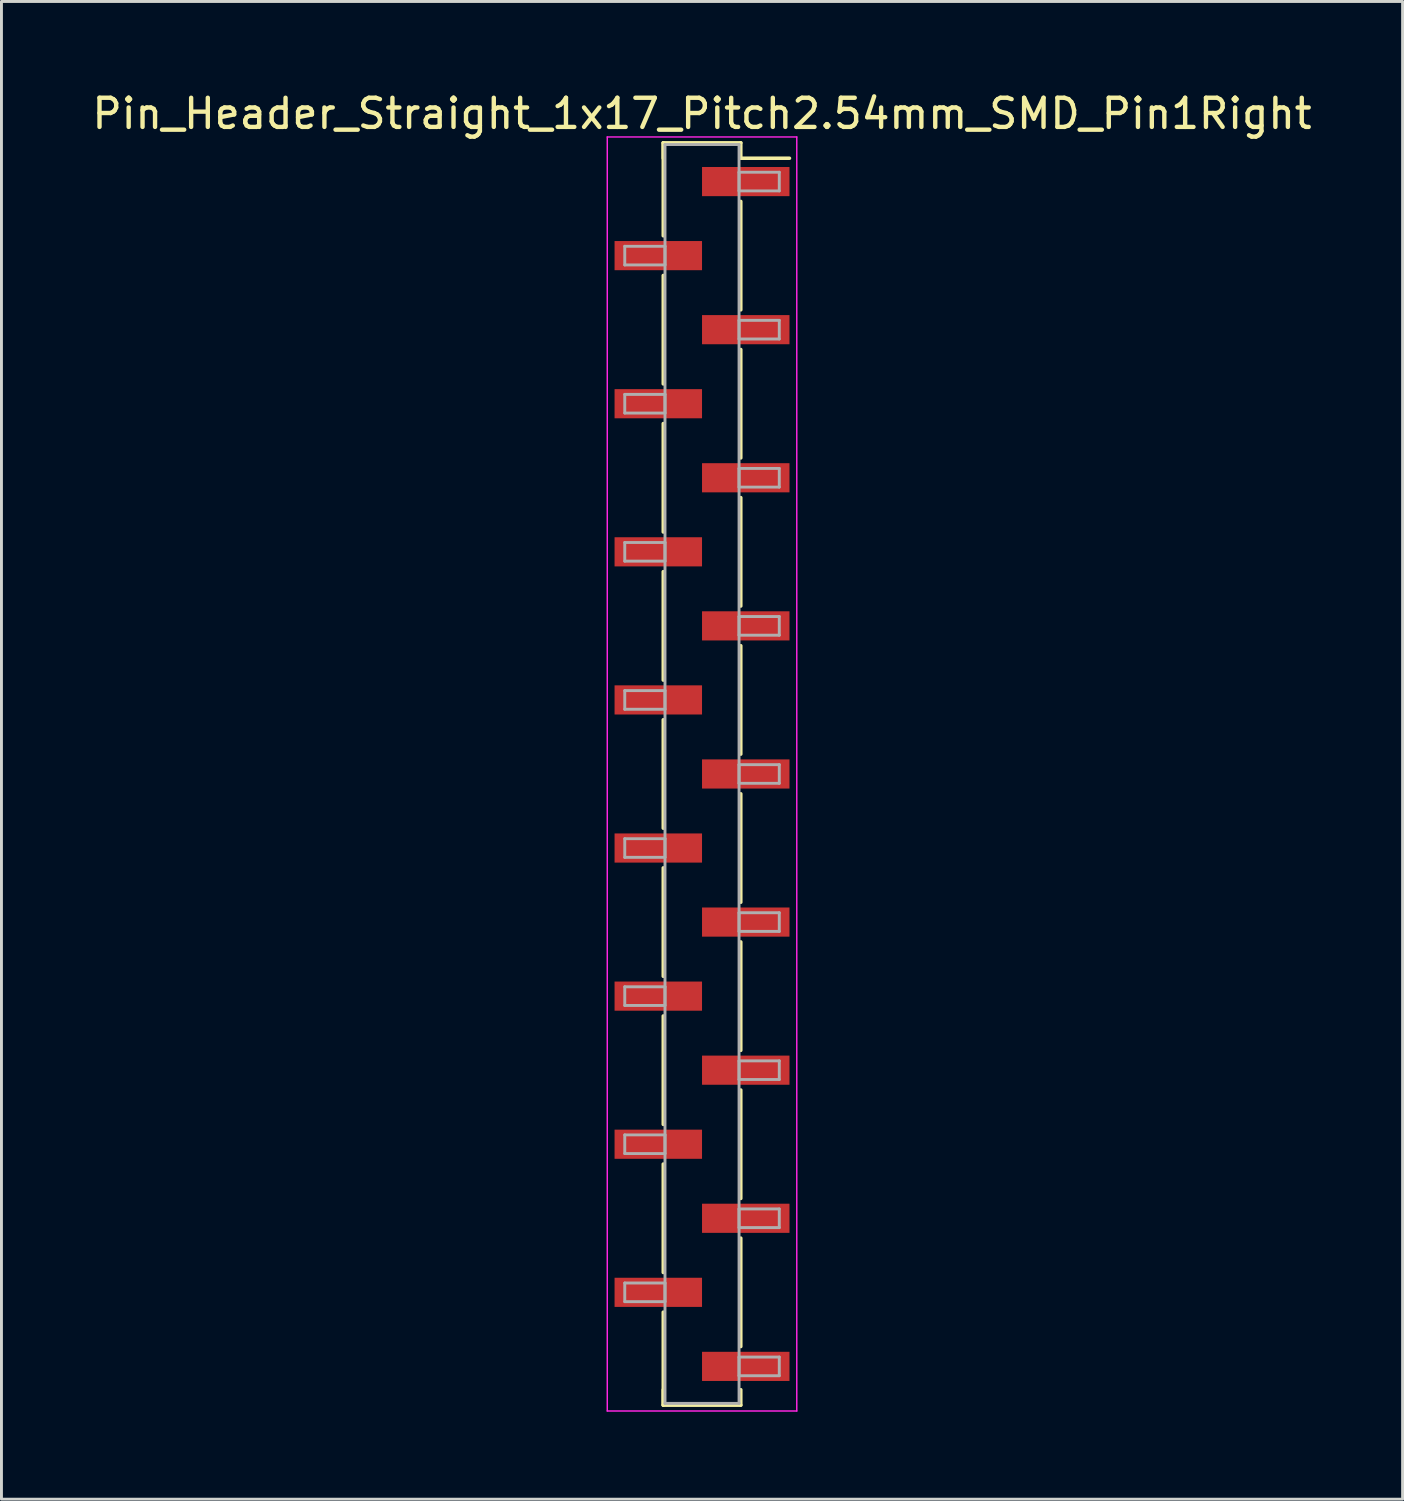
<source format=kicad_pcb>
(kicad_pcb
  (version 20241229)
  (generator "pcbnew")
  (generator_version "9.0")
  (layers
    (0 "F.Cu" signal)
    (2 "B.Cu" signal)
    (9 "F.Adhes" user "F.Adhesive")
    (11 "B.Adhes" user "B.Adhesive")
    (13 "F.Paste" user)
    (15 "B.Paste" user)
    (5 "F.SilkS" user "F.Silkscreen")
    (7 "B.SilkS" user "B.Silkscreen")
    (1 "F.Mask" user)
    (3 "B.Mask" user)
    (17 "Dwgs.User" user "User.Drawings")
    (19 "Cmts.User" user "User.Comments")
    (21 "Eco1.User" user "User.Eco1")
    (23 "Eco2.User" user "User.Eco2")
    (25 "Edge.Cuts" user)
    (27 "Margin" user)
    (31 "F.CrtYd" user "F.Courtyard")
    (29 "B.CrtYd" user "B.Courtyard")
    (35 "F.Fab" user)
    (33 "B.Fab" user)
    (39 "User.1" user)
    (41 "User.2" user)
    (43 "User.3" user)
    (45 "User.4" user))
  (footprint "Pin_Header_Straight_1x17_Pitch2.54mm_SMD_Pin1Right"
    (layer "F.Cu")
    (at 21.03 23.498)
    (property "Reference" "Pin_Header_Straight_1x17_Pitch2.54mm_SMD_Pin1Right" (at 0 -22.65 0) (layer "F.SilkS") (effects (font (size 1 1) (thickness 0.15))))
    (attr smd)
    (fp_line (start -1.33 -21.65) (end -1.33 -18.46) (stroke (width 0.12) (type solid)) (layer "F.SilkS"))
    (fp_line (start -1.33 -21.65) (end 1.33 -21.65) (stroke (width 0.12) (type solid)) (layer "F.SilkS"))
    (fp_line (start -1.33 -21.12) (end -1.33 -21.65) (stroke (width 0.12) (type solid)) (layer "F.SilkS"))
    (fp_line (start -1.33 -17.1) (end -1.33 -13.38) (stroke (width 0.12) (type solid)) (layer "F.SilkS"))
    (fp_line (start -1.33 -12.02) (end -1.33 -8.3) (stroke (width 0.12) (type solid)) (layer "F.SilkS"))
    (fp_line (start -1.33 -6.94) (end -1.33 -3.22) (stroke (width 0.12) (type solid)) (layer "F.SilkS"))
    (fp_line (start -1.33 -1.86) (end -1.33 1.86) (stroke (width 0.12) (type solid)) (layer "F.SilkS"))
    (fp_line (start -1.33 3.22) (end -1.33 6.94) (stroke (width 0.12) (type solid)) (layer "F.SilkS"))
    (fp_line (start -1.33 8.3) (end -1.33 12.02) (stroke (width 0.12) (type solid)) (layer "F.SilkS"))
    (fp_line (start -1.33 13.38) (end -1.33 17.1) (stroke (width 0.12) (type solid)) (layer "F.SilkS"))
    (fp_line (start -1.33 18.46) (end -1.33 21.65) (stroke (width 0.12) (type solid)) (layer "F.SilkS"))
    (fp_line (start -1.33 21.12) (end -1.33 21.65) (stroke (width 0.12) (type solid)) (layer "F.SilkS"))
    (fp_line (start -1.33 21.65) (end 1.33 21.65) (stroke (width 0.12) (type solid)) (layer "F.SilkS"))
    (fp_line (start 1.33 -21.65) (end 1.33 -21.12) (stroke (width 0.12) (type solid)) (layer "F.SilkS"))
    (fp_line (start 1.33 -21.12) (end 3 -21.12) (stroke (width 0.12) (type solid)) (layer "F.SilkS"))
    (fp_line (start 1.33 -19.64) (end 1.33 -15.92) (stroke (width 0.12) (type solid)) (layer "F.SilkS"))
    (fp_line (start 1.33 -14.56) (end 1.33 -10.84) (stroke (width 0.12) (type solid)) (layer "F.SilkS"))
    (fp_line (start 1.33 -9.48) (end 1.33 -5.76) (stroke (width 0.12) (type solid)) (layer "F.SilkS"))
    (fp_line (start 1.33 -4.4) (end 1.33 -0.68) (stroke (width 0.12) (type solid)) (layer "F.SilkS"))
    (fp_line (start 1.33 0.68) (end 1.33 4.4) (stroke (width 0.12) (type solid)) (layer "F.SilkS"))
    (fp_line (start 1.33 5.76) (end 1.33 9.48) (stroke (width 0.12) (type solid)) (layer "F.SilkS"))
    (fp_line (start 1.33 10.84) (end 1.33 14.56) (stroke (width 0.12) (type solid)) (layer "F.SilkS"))
    (fp_line (start 1.33 15.92) (end 1.33 19.64) (stroke (width 0.12) (type solid)) (layer "F.SilkS"))
    (fp_line (start 1.33 21.65) (end 1.33 21.12) (stroke (width 0.12) (type solid)) (layer "F.SilkS"))
    (fp_line (start -3.25 -21.85) (end -3.25 21.85) (stroke (width 0.05) (type solid)) (layer "F.CrtYd"))
    (fp_line (start -3.25 21.85) (end 3.25 21.85) (stroke (width 0.05) (type solid)) (layer "F.CrtYd"))
    (fp_line (start 3.25 -21.85) (end -3.25 -21.85) (stroke (width 0.05) (type solid)) (layer "F.CrtYd"))
    (fp_line (start 3.25 21.85) (end 3.25 -21.85) (stroke (width 0.05) (type solid)) (layer "F.CrtYd"))
    (fp_line (start -2.65 -18.1) (end -1.27 -18.1) (stroke (width 0.1) (type solid)) (layer "F.Fab"))
    (fp_line (start -2.65 -17.46) (end -2.65 -18.1) (stroke (width 0.1) (type solid)) (layer "F.Fab"))
    (fp_line (start -2.65 -13.02) (end -1.27 -13.02) (stroke (width 0.1) (type solid)) (layer "F.Fab"))
    (fp_line (start -2.65 -12.38) (end -2.65 -13.02) (stroke (width 0.1) (type solid)) (layer "F.Fab"))
    (fp_line (start -2.65 -7.94) (end -1.27 -7.94) (stroke (width 0.1) (type solid)) (layer "F.Fab"))
    (fp_line (start -2.65 -7.3) (end -2.65 -7.94) (stroke (width 0.1) (type solid)) (layer "F.Fab"))
    (fp_line (start -2.65 -2.86) (end -1.27 -2.86) (stroke (width 0.1) (type solid)) (layer "F.Fab"))
    (fp_line (start -2.65 -2.22) (end -2.65 -2.86) (stroke (width 0.1) (type solid)) (layer "F.Fab"))
    (fp_line (start -2.65 2.22) (end -1.27 2.22) (stroke (width 0.1) (type solid)) (layer "F.Fab"))
    (fp_line (start -2.65 2.86) (end -2.65 2.22) (stroke (width 0.1) (type solid)) (layer "F.Fab"))
    (fp_line (start -2.65 7.3) (end -1.27 7.3) (stroke (width 0.1) (type solid)) (layer "F.Fab"))
    (fp_line (start -2.65 7.94) (end -2.65 7.3) (stroke (width 0.1) (type solid)) (layer "F.Fab"))
    (fp_line (start -2.65 12.38) (end -1.27 12.38) (stroke (width 0.1) (type solid)) (layer "F.Fab"))
    (fp_line (start -2.65 13.02) (end -2.65 12.38) (stroke (width 0.1) (type solid)) (layer "F.Fab"))
    (fp_line (start -2.65 17.46) (end -1.27 17.46) (stroke (width 0.1) (type solid)) (layer "F.Fab"))
    (fp_line (start -2.65 18.1) (end -2.65 17.46) (stroke (width 0.1) (type solid)) (layer "F.Fab"))
    (fp_line (start -1.27 -21.59) (end -1.27 21.59) (stroke (width 0.1) (type solid)) (layer "F.Fab"))
    (fp_line (start -1.27 -18.1) (end -1.27 -17.46) (stroke (width 0.1) (type solid)) (layer "F.Fab"))
    (fp_line (start -1.27 -17.46) (end -2.65 -17.46) (stroke (width 0.1) (type solid)) (layer "F.Fab"))
    (fp_line (start -1.27 -13.02) (end -1.27 -12.38) (stroke (width 0.1) (type solid)) (layer "F.Fab"))
    (fp_line (start -1.27 -12.38) (end -2.65 -12.38) (stroke (width 0.1) (type solid)) (layer "F.Fab"))
    (fp_line (start -1.27 -7.94) (end -1.27 -7.3) (stroke (width 0.1) (type solid)) (layer "F.Fab"))
    (fp_line (start -1.27 -7.3) (end -2.65 -7.3) (stroke (width 0.1) (type solid)) (layer "F.Fab"))
    (fp_line (start -1.27 -2.86) (end -1.27 -2.22) (stroke (width 0.1) (type solid)) (layer "F.Fab"))
    (fp_line (start -1.27 -2.22) (end -2.65 -2.22) (stroke (width 0.1) (type solid)) (layer "F.Fab"))
    (fp_line (start -1.27 2.22) (end -1.27 2.86) (stroke (width 0.1) (type solid)) (layer "F.Fab"))
    (fp_line (start -1.27 2.86) (end -2.65 2.86) (stroke (width 0.1) (type solid)) (layer "F.Fab"))
    (fp_line (start -1.27 7.3) (end -1.27 7.94) (stroke (width 0.1) (type solid)) (layer "F.Fab"))
    (fp_line (start -1.27 7.94) (end -2.65 7.94) (stroke (width 0.1) (type solid)) (layer "F.Fab"))
    (fp_line (start -1.27 12.38) (end -1.27 13.02) (stroke (width 0.1) (type solid)) (layer "F.Fab"))
    (fp_line (start -1.27 13.02) (end -2.65 13.02) (stroke (width 0.1) (type solid)) (layer "F.Fab"))
    (fp_line (start -1.27 17.46) (end -1.27 18.1) (stroke (width 0.1) (type solid)) (layer "F.Fab"))
    (fp_line (start -1.27 18.1) (end -2.65 18.1) (stroke (width 0.1) (type solid)) (layer "F.Fab"))
    (fp_line (start -1.27 21.59) (end 1.27 21.59) (stroke (width 0.1) (type solid)) (layer "F.Fab"))
    (fp_line (start 1.27 -21.59) (end -1.27 -21.59) (stroke (width 0.1) (type solid)) (layer "F.Fab"))
    (fp_line (start 1.27 -20.64) (end 1.27 -20) (stroke (width 0.1) (type solid)) (layer "F.Fab"))
    (fp_line (start 1.27 -20) (end 2.65 -20) (stroke (width 0.1) (type solid)) (layer "F.Fab"))
    (fp_line (start 1.27 -15.56) (end 1.27 -14.92) (stroke (width 0.1) (type solid)) (layer "F.Fab"))
    (fp_line (start 1.27 -14.92) (end 2.65 -14.92) (stroke (width 0.1) (type solid)) (layer "F.Fab"))
    (fp_line (start 1.27 -10.48) (end 1.27 -9.84) (stroke (width 0.1) (type solid)) (layer "F.Fab"))
    (fp_line (start 1.27 -9.84) (end 2.65 -9.84) (stroke (width 0.1) (type solid)) (layer "F.Fab"))
    (fp_line (start 1.27 -5.4) (end 1.27 -4.76) (stroke (width 0.1) (type solid)) (layer "F.Fab"))
    (fp_line (start 1.27 -4.76) (end 2.65 -4.76) (stroke (width 0.1) (type solid)) (layer "F.Fab"))
    (fp_line (start 1.27 -0.32) (end 1.27 0.32) (stroke (width 0.1) (type solid)) (layer "F.Fab"))
    (fp_line (start 1.27 0.32) (end 2.65 0.32) (stroke (width 0.1) (type solid)) (layer "F.Fab"))
    (fp_line (start 1.27 4.76) (end 1.27 5.4) (stroke (width 0.1) (type solid)) (layer "F.Fab"))
    (fp_line (start 1.27 5.4) (end 2.65 5.4) (stroke (width 0.1) (type solid)) (layer "F.Fab"))
    (fp_line (start 1.27 9.84) (end 1.27 10.48) (stroke (width 0.1) (type solid)) (layer "F.Fab"))
    (fp_line (start 1.27 10.48) (end 2.65 10.48) (stroke (width 0.1) (type solid)) (layer "F.Fab"))
    (fp_line (start 1.27 14.92) (end 1.27 15.56) (stroke (width 0.1) (type solid)) (layer "F.Fab"))
    (fp_line (start 1.27 15.56) (end 2.65 15.56) (stroke (width 0.1) (type solid)) (layer "F.Fab"))
    (fp_line (start 1.27 20) (end 1.27 20.64) (stroke (width 0.1) (type solid)) (layer "F.Fab"))
    (fp_line (start 1.27 20.64) (end 2.65 20.64) (stroke (width 0.1) (type solid)) (layer "F.Fab"))
    (fp_line (start 1.27 21.59) (end 1.27 -21.59) (stroke (width 0.1) (type solid)) (layer "F.Fab"))
    (fp_line (start 2.65 -20.64) (end 1.27 -20.64) (stroke (width 0.1) (type solid)) (layer "F.Fab"))
    (fp_line (start 2.65 -20) (end 2.65 -20.64) (stroke (width 0.1) (type solid)) (layer "F.Fab"))
    (fp_line (start 2.65 -15.56) (end 1.27 -15.56) (stroke (width 0.1) (type solid)) (layer "F.Fab"))
    (fp_line (start 2.65 -14.92) (end 2.65 -15.56) (stroke (width 0.1) (type solid)) (layer "F.Fab"))
    (fp_line (start 2.65 -10.48) (end 1.27 -10.48) (stroke (width 0.1) (type solid)) (layer "F.Fab"))
    (fp_line (start 2.65 -9.84) (end 2.65 -10.48) (stroke (width 0.1) (type solid)) (layer "F.Fab"))
    (fp_line (start 2.65 -5.4) (end 1.27 -5.4) (stroke (width 0.1) (type solid)) (layer "F.Fab"))
    (fp_line (start 2.65 -4.76) (end 2.65 -5.4) (stroke (width 0.1) (type solid)) (layer "F.Fab"))
    (fp_line (start 2.65 -0.32) (end 1.27 -0.32) (stroke (width 0.1) (type solid)) (layer "F.Fab"))
    (fp_line (start 2.65 0.32) (end 2.65 -0.32) (stroke (width 0.1) (type solid)) (layer "F.Fab"))
    (fp_line (start 2.65 4.76) (end 1.27 4.76) (stroke (width 0.1) (type solid)) (layer "F.Fab"))
    (fp_line (start 2.65 5.4) (end 2.65 4.76) (stroke (width 0.1) (type solid)) (layer "F.Fab"))
    (fp_line (start 2.65 9.84) (end 1.27 9.84) (stroke (width 0.1) (type solid)) (layer "F.Fab"))
    (fp_line (start 2.65 10.48) (end 2.65 9.84) (stroke (width 0.1) (type solid)) (layer "F.Fab"))
    (fp_line (start 2.65 14.92) (end 1.27 14.92) (stroke (width 0.1) (type solid)) (layer "F.Fab"))
    (fp_line (start 2.65 15.56) (end 2.65 14.92) (stroke (width 0.1) (type solid)) (layer "F.Fab"))
    (fp_line (start 2.65 20) (end 1.27 20) (stroke (width 0.1) (type solid)) (layer "F.Fab"))
    (fp_line (start 2.65 20.64) (end 2.65 20) (stroke (width 0.1) (type solid)) (layer "F.Fab"))
    (pad "1" smd rect (at 1.5 -20.32) (size 3 1) (layers "F.Cu" "F.Mask"))
    (pad "2" smd rect (at -1.5 -17.78) (size 3 1) (layers "F.Cu" "F.Mask"))
    (pad "3" smd rect (at 1.5 -15.24) (size 3 1) (layers "F.Cu" "F.Mask"))
    (pad "4" smd rect (at -1.5 -12.7) (size 3 1) (layers "F.Cu" "F.Mask"))
    (pad "5" smd rect (at 1.5 -10.16) (size 3 1) (layers "F.Cu" "F.Mask"))
    (pad "6" smd rect (at -1.5 -7.62) (size 3 1) (layers "F.Cu" "F.Mask"))
    (pad "7" smd rect (at 1.5 -5.08) (size 3 1) (layers "F.Cu" "F.Mask"))
    (pad "8" smd rect (at -1.5 -2.54) (size 3 1) (layers "F.Cu" "F.Mask"))
    (pad "9" smd rect (at 1.5 0) (size 3 1) (layers "F.Cu" "F.Mask"))
    (pad "10" smd rect (at -1.5 2.54) (size 3 1) (layers "F.Cu" "F.Mask"))
    (pad "11" smd rect (at 1.5 5.08) (size 3 1) (layers "F.Cu" "F.Mask"))
    (pad "12" smd rect (at -1.5 7.62) (size 3 1) (layers "F.Cu" "F.Mask"))
    (pad "13" smd rect (at 1.5 10.16) (size 3 1) (layers "F.Cu" "F.Mask"))
    (pad "14" smd rect (at -1.5 12.7) (size 3 1) (layers "F.Cu" "F.Mask"))
    (pad "15" smd rect (at 1.5 15.24) (size 3 1) (layers "F.Cu" "F.Mask"))
    (pad "16" smd rect (at -1.5 17.78) (size 3 1) (layers "F.Cu" "F.Mask"))
    (pad "17" smd rect (at 1.5 20.32) (size 3 1) (layers "F.Cu" "F.Mask")))
  (gr_rect
    (start -3 -3)
    (end 45.06 48.373)
    (stroke (width 0.1) (type default))
    (fill no)
    (layer "Edge.Cuts")))
</source>
